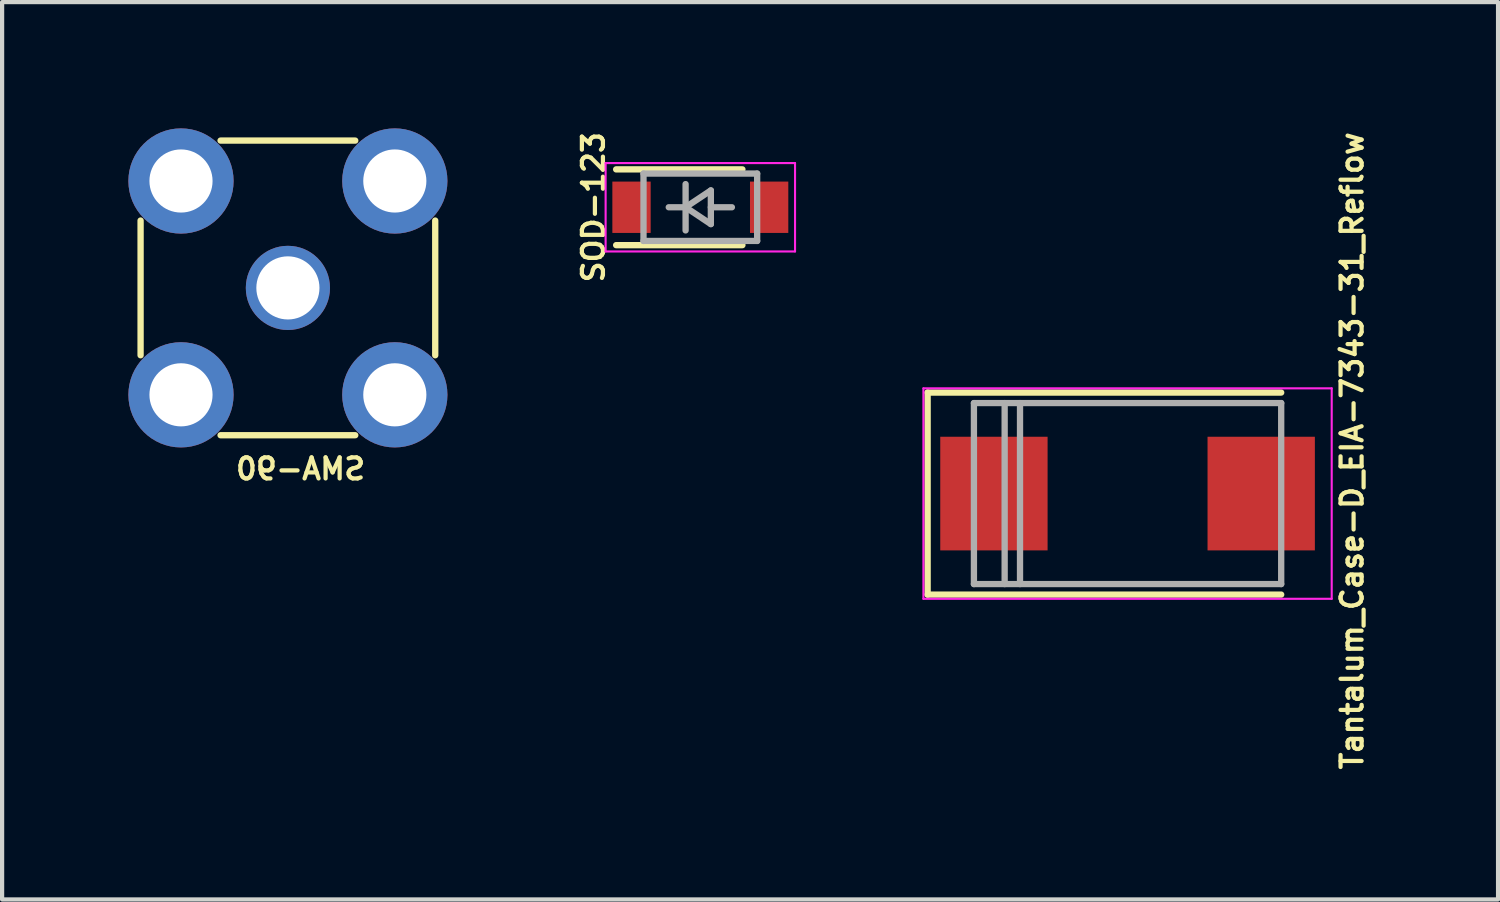
<source format=kicad_pcb>
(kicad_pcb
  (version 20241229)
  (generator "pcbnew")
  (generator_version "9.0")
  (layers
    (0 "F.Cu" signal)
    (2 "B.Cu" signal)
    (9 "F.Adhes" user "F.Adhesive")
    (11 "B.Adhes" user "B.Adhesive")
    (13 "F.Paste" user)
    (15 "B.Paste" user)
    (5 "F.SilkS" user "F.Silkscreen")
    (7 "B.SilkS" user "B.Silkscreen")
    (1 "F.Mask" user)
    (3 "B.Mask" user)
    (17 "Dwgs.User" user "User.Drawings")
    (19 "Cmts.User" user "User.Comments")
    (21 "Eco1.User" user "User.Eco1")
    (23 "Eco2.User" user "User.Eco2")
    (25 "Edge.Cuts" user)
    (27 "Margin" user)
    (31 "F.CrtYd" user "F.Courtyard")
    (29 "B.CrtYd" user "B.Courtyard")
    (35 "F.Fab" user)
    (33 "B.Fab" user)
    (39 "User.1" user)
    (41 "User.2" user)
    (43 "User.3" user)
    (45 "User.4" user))
  (footprint "SMA-90"
    (layer "F.Cu")
    (at 3.79 3.79)
    (property "Reference" "SMA-90" (at 0.3 4.3 0) (layer "F.SilkS") (effects (font (size 0.5 0.5) (thickness 0.1)) (justify mirror)))
    (attr through_hole)
    (fp_line (start -3.5 -1.6) (end -3.5 1.6) (stroke (width 0.15) (type solid)) (layer "F.SilkS"))
    (fp_line (start -1.6 -3.5) (end 1.6 -3.5) (stroke (width 0.15) (type solid)) (layer "F.SilkS"))
    (fp_line (start 1.6 3.5) (end -1.6 3.5) (stroke (width 0.15) (type solid)) (layer "F.SilkS"))
    (fp_line (start 3.5 -1.6) (end 3.5 1.6) (stroke (width 0.15) (type solid)) (layer "F.SilkS"))
    (pad "1" thru_hole circle (at 0 0) (size 2 2) (drill 1.5) (layers "*.Cu" "*.Mask"))
    (pad "2" thru_hole circle (at -2.54 -2.54) (size 2.5 2.5) (drill 1.5) (layers "*.Cu" "*.Mask"))
    (pad "2" thru_hole circle (at -2.54 2.54) (size 2.5 2.5) (drill 1.5) (layers "*.Cu" "*.Mask"))
    (pad "2" thru_hole circle (at 2.54 -2.54) (size 2.5 2.5) (drill 1.5) (layers "*.Cu" "*.Mask"))
    (pad "2" thru_hole circle (at 2.54 2.54) (size 2.5 2.5) (drill 1.5) (layers "*.Cu" "*.Mask")))
  (footprint "Tantalum_Case-D_EIA-7343-31_Reflow"
    (layer "F.Cu")
    (at 23.738 8.676)
    (property "Reference" "Tantalum_Case-D_EIA-7343-31_Reflow" (at 5.334 -1.016 90) (layer "F.SilkS") (effects (font (size 0.5 0.5) (thickness 0.1))))
    (attr smd)
    (fp_line (start -4.75 -2.4) (end -4.75 2.4) (stroke (width 0.15) (type solid)) (layer "F.SilkS"))
    (fp_line (start -4.75 -2.4) (end 3.65 -2.4) (stroke (width 0.15) (type solid)) (layer "F.SilkS"))
    (fp_line (start -4.75 2.4) (end 3.65 2.4) (stroke (width 0.15) (type solid)) (layer "F.SilkS"))
    (fp_line (start -4.85 -2.5) (end -4.85 2.5) (stroke (width 0.05) (type solid)) (layer "F.CrtYd"))
    (fp_line (start -4.85 2.5) (end 4.85 2.5) (stroke (width 0.05) (type solid)) (layer "F.CrtYd"))
    (fp_line (start 4.85 -2.5) (end -4.85 -2.5) (stroke (width 0.05) (type solid)) (layer "F.CrtYd"))
    (fp_line (start 4.85 2.5) (end 4.85 -2.5) (stroke (width 0.05) (type solid)) (layer "F.CrtYd"))
    (fp_line (start -3.65 -2.15) (end -3.65 2.15) (stroke (width 0.15) (type solid)) (layer "F.Fab"))
    (fp_line (start -3.65 2.15) (end 3.65 2.15) (stroke (width 0.15) (type solid)) (layer "F.Fab"))
    (fp_line (start -2.92 -2.15) (end -2.92 2.15) (stroke (width 0.15) (type solid)) (layer "F.Fab"))
    (fp_line (start -2.555 -2.15) (end -2.555 2.15) (stroke (width 0.15) (type solid)) (layer "F.Fab"))
    (fp_line (start 3.65 -2.15) (end -3.65 -2.15) (stroke (width 0.15) (type solid)) (layer "F.Fab"))
    (fp_line (start 3.65 2.15) (end 3.65 -2.15) (stroke (width 0.15) (type solid)) (layer "F.Fab"))
    (pad "1" smd rect (at 3.175 0) (size 2.55 2.7) (layers "F.Cu" "F.Mask" "F.Paste"))
    (pad "2" smd rect (at -3.175 0) (size 2.55 2.7) (layers "F.Cu" "F.Mask" "F.Paste")))
  (footprint "SOD-123"
    (layer "F.Cu")
    (at 13.588 1.874)
    (property "Reference" "SOD-123" (at -2.54 0 270) (layer "F.SilkS") (effects (font (size 0.5 0.5) (thickness 0.1))))
    (attr smd)
    (fp_line (start -2 -0.9) (end 1 -0.9) (stroke (width 0.15) (type solid)) (layer "F.SilkS"))
    (fp_line (start -2 0.9) (end 1 0.9) (stroke (width 0.15) (type solid)) (layer "F.SilkS"))
    (fp_line (start -2.25 -1.05) (end -2.25 1.05) (stroke (width 0.05) (type solid)) (layer "F.CrtYd"))
    (fp_line (start -2.25 -1.05) (end 2.25 -1.05) (stroke (width 0.05) (type solid)) (layer "F.CrtYd"))
    (fp_line (start 2.25 -1.05) (end 2.25 1.05) (stroke (width 0.05) (type solid)) (layer "F.CrtYd"))
    (fp_line (start 2.25 1.05) (end -2.25 1.05) (stroke (width 0.05) (type solid)) (layer "F.CrtYd"))
    (fp_line (start -1.35 -0.8) (end 1.35 -0.8) (stroke (width 0.15) (type solid)) (layer "F.Fab"))
    (fp_line (start -1.35 0.8) (end -1.35 -0.8) (stroke (width 0.15) (type solid)) (layer "F.Fab"))
    (fp_line (start -0.75 0) (end -0.35 0) (stroke (width 0.15) (type solid)) (layer "F.Fab"))
    (fp_line (start -0.35 0) (end -0.35 -0.55) (stroke (width 0.15) (type solid)) (layer "F.Fab"))
    (fp_line (start -0.35 0) (end -0.35 0.55) (stroke (width 0.15) (type solid)) (layer "F.Fab"))
    (fp_line (start -0.35 0) (end 0.25 -0.4) (stroke (width 0.15) (type solid)) (layer "F.Fab"))
    (fp_line (start 0.25 -0.4) (end 0.25 0.4) (stroke (width 0.15) (type solid)) (layer "F.Fab"))
    (fp_line (start 0.25 0) (end 0.75 0) (stroke (width 0.15) (type solid)) (layer "F.Fab"))
    (fp_line (start 0.25 0.4) (end -0.35 0) (stroke (width 0.15) (type solid)) (layer "F.Fab"))
    (fp_line (start 1.35 -0.8) (end 1.35 0.8) (stroke (width 0.15) (type solid)) (layer "F.Fab"))
    (fp_line (start 1.35 0.8) (end -1.35 0.8) (stroke (width 0.15) (type solid)) (layer "F.Fab"))
    (pad "1" smd rect (at -1.635 0) (size 0.91 1.22) (layers "F.Cu" "F.Mask" "F.Paste"))
    (pad "2" smd rect (at 1.635 0) (size 0.91 1.22) (layers "F.Cu" "F.Mask" "F.Paste")))
  (gr_rect
    (start -3 -3)
    (end 32.54 18.319)
    (stroke (width 0.1) (type default))
    (fill no)
    (layer "Edge.Cuts")))
</source>
